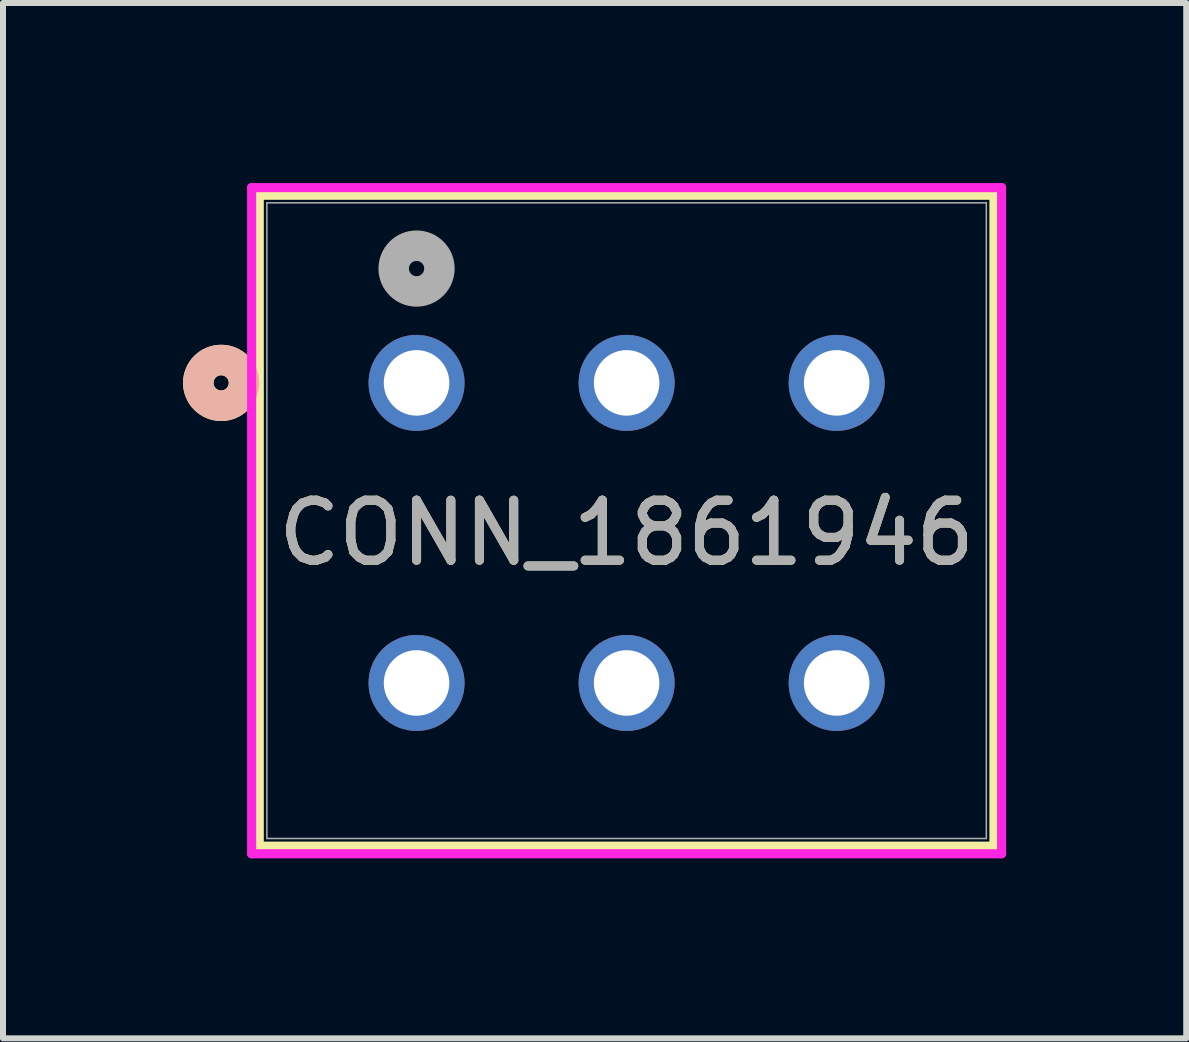
<source format=kicad_pcb>
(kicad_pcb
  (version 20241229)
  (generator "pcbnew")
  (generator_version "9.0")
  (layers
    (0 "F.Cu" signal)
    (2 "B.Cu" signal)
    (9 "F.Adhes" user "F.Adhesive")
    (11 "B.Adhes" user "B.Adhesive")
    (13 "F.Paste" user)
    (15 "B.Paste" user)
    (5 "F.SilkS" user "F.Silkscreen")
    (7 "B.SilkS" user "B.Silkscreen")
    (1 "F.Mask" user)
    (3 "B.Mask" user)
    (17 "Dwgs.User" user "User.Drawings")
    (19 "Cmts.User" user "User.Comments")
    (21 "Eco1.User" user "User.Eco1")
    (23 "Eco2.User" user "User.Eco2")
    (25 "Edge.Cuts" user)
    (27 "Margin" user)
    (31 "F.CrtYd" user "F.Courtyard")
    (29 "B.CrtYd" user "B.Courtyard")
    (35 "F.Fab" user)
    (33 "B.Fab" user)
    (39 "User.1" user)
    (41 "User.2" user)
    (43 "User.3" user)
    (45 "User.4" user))
  (footprint "CONN_1861946"
    (layer "F.Cu")
    (at 10.891 8.33)
    (property "Reference" "CONN_1861946" (at -3.5 -2.5 0) (unlocked yes) (layer "F.SilkS") (effects (font (size 1 1) (thickness 0.15))))
    (attr through_hole)
    (fp_line (start -9.621 -8.127) (end -9.621 2.719) (stroke (width 0.152) (type solid)) (layer "F.SilkS"))
    (fp_line (start -9.621 2.719) (end 2.621 2.719) (stroke (width 0.152) (type solid)) (layer "F.SilkS"))
    (fp_line (start 2.621 -8.127) (end -9.621 -8.127) (stroke (width 0.152) (type solid)) (layer "F.SilkS"))
    (fp_line (start 2.621 2.719) (end 2.621 -8.127) (stroke (width 0.152) (type solid)) (layer "F.SilkS"))
    (fp_circle (center -10.256 -5) (end -9.875 -5) (stroke (width 0.508) (type solid)) (fill no) (layer "F.SilkS"))
    (fp_circle (center -10.256 -5) (end -9.875 -5) (stroke (width 0.508) (type solid)) (fill no) (layer "B.SilkS"))
    (fp_line (start -9.748 -8.254) (end -9.748 2.846) (stroke (width 0.152) (type solid)) (layer "F.CrtYd"))
    (fp_line (start -9.748 2.846) (end 2.748 2.846) (stroke (width 0.152) (type solid)) (layer "F.CrtYd"))
    (fp_line (start 2.748 -8.254) (end -9.748 -8.254) (stroke (width 0.152) (type solid)) (layer "F.CrtYd"))
    (fp_line (start 2.748 2.846) (end 2.748 -8.254) (stroke (width 0.152) (type solid)) (layer "F.CrtYd"))
    (fp_line (start -9.494 -8) (end -9.494 2.592) (stroke (width 0.025) (type solid)) (layer "F.Fab"))
    (fp_line (start -9.494 2.592) (end 2.494 2.592) (stroke (width 0.025) (type solid)) (layer "F.Fab"))
    (fp_line (start 2.494 -8) (end -9.494 -8) (stroke (width 0.025) (type solid)) (layer "F.Fab"))
    (fp_line (start 2.494 2.592) (end 2.494 -8) (stroke (width 0.025) (type solid)) (layer "F.Fab"))
    (fp_circle (center -7 -6.905) (end -6.619 -6.905) (stroke (width 0.508) (type solid)) (fill no) (layer "F.Fab"))
    (fp_text user "${REFERENCE}" (at -3.5 -2.5 0) (unlocked yes) (layer "F.Fab") (effects (font (size 1 1) (thickness 0.15))))
    (pad "1" thru_hole circle (at -7 -5) (size 1.6 1.6) (drill 1.092) (layers "*.Cu" "*.Mask"))
    (pad "2" thru_hole circle (at -7 0) (size 1.6 1.6) (drill 1.092) (layers "*.Cu" "*.Mask"))
    (pad "3" thru_hole circle (at -3.5 -5) (size 1.6 1.6) (drill 1.092) (layers "*.Cu" "*.Mask"))
    (pad "4" thru_hole circle (at -3.5 0) (size 1.6 1.6) (drill 1.092) (layers "*.Cu" "*.Mask"))
    (pad "5" thru_hole circle (at 0 -5) (size 1.6 1.6) (drill 1.092) (layers "*.Cu" "*.Mask"))
    (pad "6" thru_hole circle (at 0 0) (size 1.6 1.6) (drill 1.092) (layers "*.Cu" "*.Mask")))
  (gr_rect
    (start -3 -3)
    (end 16.716 14.252)
    (stroke (width 0.1) (type default))
    (fill no)
    (layer "Edge.Cuts")))
</source>
